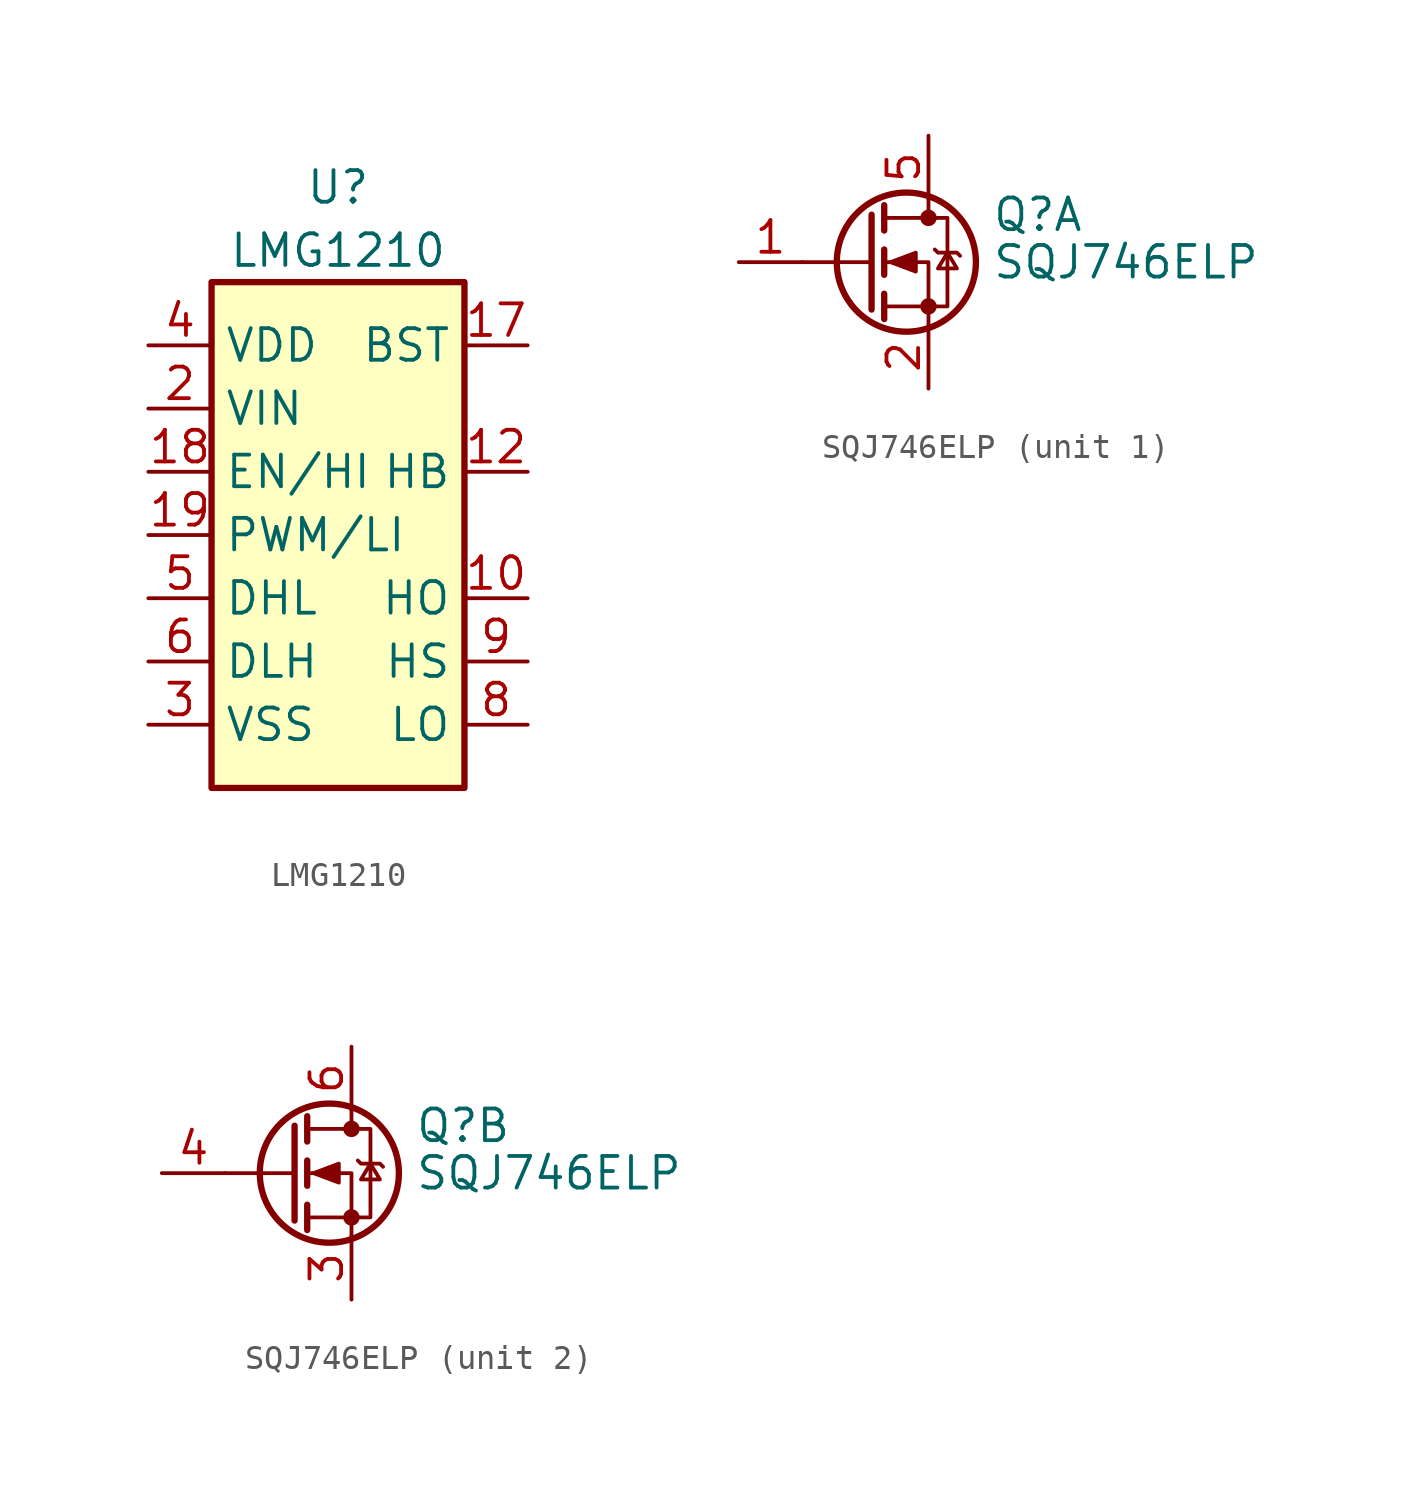
<source format=kicad_sym>
(kicad_symbol_lib
  (version 20240819)
  (generator "kicad_symbol_editor")
  (generator_version "8.99")
  (symbol "LMG1210"
    (property "Reference" "U"
      (at 0 13.97 0)
      (effects (font (size 1.27 1.27))))
    (property "Value" "LMG1210"
      (at 0 11.43 0)
      (effects (font (size 1.27 1.27))))
    (symbol "LMG1210_0_1"
      (rectangle (start -5.08 -10.16) (end 5.08 10.16) (stroke (width 0.254) (type default)) (fill (type background))))
    (symbol "LMG1210_1_1"
      (pin power_in line (at -7.62 7.62 0) (length 2.54) (name "VDD" (effects (font (size 1.27 1.27)))) (number "4" (effects (font (size 1.27 1.27)))))
      (pin power_in line (at -7.62 5.08 0) (length 2.54) (name "VIN" (effects (font (size 1.27 1.27)))) (number "2" (effects (font (size 1.27 1.27)))))
      (pin input line (at -7.62 2.54 0) (length 2.54) (name "EN/HI" (effects (font (size 1.27 1.27)))) (number "18" (effects (font (size 1.27 1.27)))))
      (pin input line (at -7.62 0 0) (length 2.54) (name "PWM/LI" (effects (font (size 1.27 1.27)))) (number "19" (effects (font (size 1.27 1.27)))))
      (pin input line (at -7.62 -2.54 0) (length 2.54) (name "DHL" (effects (font (size 1.27 1.27)))) (number "5" (effects (font (size 1.27 1.27)))))
      (pin input line (at -7.62 -5.08 0) (length 2.54) (name "DLH" (effects (font (size 1.27 1.27)))) (number "6" (effects (font (size 1.27 1.27)))))
      (pin power_in line (at -7.62 -7.62 0) (length 2.54) (name "VSS" (effects (font (size 1.27 1.27)))) (number "3" (effects (font (size 1.27 1.27)))))
      (pin passive line (at -7.62 -7.62 0) (length 2.54) hide (name "VSS" (effects (font (size 1.27 1.27)))) (number "7" (effects (font (size 1.27 1.27)))))
      (pin output line (at 7.62 7.62 180) (length 2.54) (name "BST" (effects (font (size 1.27 1.27)))) (number "17" (effects (font (size 1.27 1.27)))))
      (pin passive line (at 7.62 2.54 180) (length 2.54) (name "HB" (effects (font (size 1.27 1.27)))) (number "12" (effects (font (size 1.27 1.27)))))
      (pin output line (at 7.62 -2.54 180) (length 2.54) (name "HO" (effects (font (size 1.27 1.27)))) (number "10" (effects (font (size 1.27 1.27)))))
      (pin passive line (at 7.62 -5.08 180) (length 2.54) hide (name "HS" (effects (font (size 1.27 1.27)))) (number "13" (effects (font (size 1.27 1.27)))))
      (pin passive line (at 7.62 -5.08 180) (length 2.54) hide (name "HS" (effects (font (size 1.27 1.27)))) (number "16" (effects (font (size 1.27 1.27)))))
      (pin passive line (at 7.62 -5.08 180) (length 2.54) (name "HS" (effects (font (size 1.27 1.27)))) (number "9" (effects (font (size 1.27 1.27)))))
      (pin output line (at 7.62 -7.62 180) (length 2.54) (name "LO" (effects (font (size 1.27 1.27)))) (number "8" (effects (font (size 1.27 1.27)))))))
  (symbol "SQJ746ELP"
    (pin_names hide)
    (property "Reference" "Q"
      (at 5.08 1.905 0)
      (effects (font (size 1.27 1.27)) (justify left)))
    (property "Value" "SQJ746ELP"
      (at 5.08 0 0)
      (effects (font (size 1.27 1.27)) (justify left)))
    (symbol "SQJ746ELP_0_1"
      (polyline (pts (xy 0.254 1.905) (xy 0.254 -1.905)) (stroke (width 0.254) (type default)) (fill (type none)))
      (polyline (pts (xy 0.254 0) (xy -2.54 0)) (stroke (width 0) (type default)) (fill (type none)))
      (polyline (pts (xy 0.762 2.286) (xy 0.762 1.27)) (stroke (width 0.254) (type default)) (fill (type none)))
      (polyline (pts (xy 0.762 0.508) (xy 0.762 -0.508)) (stroke (width 0.254) (type default)) (fill (type none)))
      (polyline (pts (xy 0.762 -1.27) (xy 0.762 -2.286)) (stroke (width 0.254) (type default)) (fill (type none)))
      (polyline (pts (xy 0.762 -1.778) (xy 3.302 -1.778) (xy 3.302 1.778) (xy 0.762 1.778)) (stroke (width 0) (type default)) (fill (type none)))
      (polyline (pts (xy 1.016 0) (xy 2.032 0.381) (xy 2.032 -0.381) (xy 1.016 0)) (stroke (width 0) (type default)) (fill (type outline)))
      (circle (center 1.651 0) (radius 2.794) (stroke (width 0.254) (type default)) (fill (type none)))
      (polyline (pts (xy 2.54 2.54) (xy 2.54 1.778)) (stroke (width 0) (type default)) (fill (type none)))
      (circle (center 2.54 1.778) (radius 0.254) (stroke (width 0) (type default)) (fill (type outline)))
      (circle (center 2.54 -1.778) (radius 0.254) (stroke (width 0) (type default)) (fill (type outline)))
      (polyline (pts (xy 2.54 -2.54) (xy 2.54 0) (xy 0.762 0)) (stroke (width 0) (type default)) (fill (type none)))
      (polyline (pts (xy 2.794 0.508) (xy 2.921 0.381) (xy 3.683 0.381) (xy 3.81 0.254)) (stroke (width 0) (type default)) (fill (type none)))
      (polyline (pts (xy 3.302 0.381) (xy 2.921 -0.254) (xy 3.683 -0.254) (xy 3.302 0.381)) (stroke (width 0) (type default)) (fill (type none))))
    (symbol "SQJ746ELP_1_1"
      (pin passive line (at -5.08 0 0) (length 2.54) (name "G1" (effects (font (size 1.27 1.27)))) (number "1" (effects (font (size 1.27 1.27)))))
      (pin passive line (at 2.54 5.08 270) (length 2.54) (name "D1" (effects (font (size 1.27 1.27)))) (number "5" (effects (font (size 1.27 1.27)))))
      (pin passive line (at 2.54 -5.08 90) (length 2.54) (name "S1" (effects (font (size 1.27 1.27)))) (number "2" (effects (font (size 1.27 1.27))))))
    (symbol "SQJ746ELP_2_1"
      (pin passive line (at -5.08 0 0) (length 2.54) (name "G2" (effects (font (size 1.27 1.27)))) (number "4" (effects (font (size 1.27 1.27)))))
      (pin passive line (at 2.54 5.08 270) (length 2.54) (name "D2" (effects (font (size 1.27 1.27)))) (number "6" (effects (font (size 1.27 1.27)))))
      (pin passive line (at 2.54 -5.08 90) (length 2.54) (name "S2" (effects (font (size 1.27 1.27)))) (number "3" (effects (font (size 1.27 1.27))))))))
</source>
